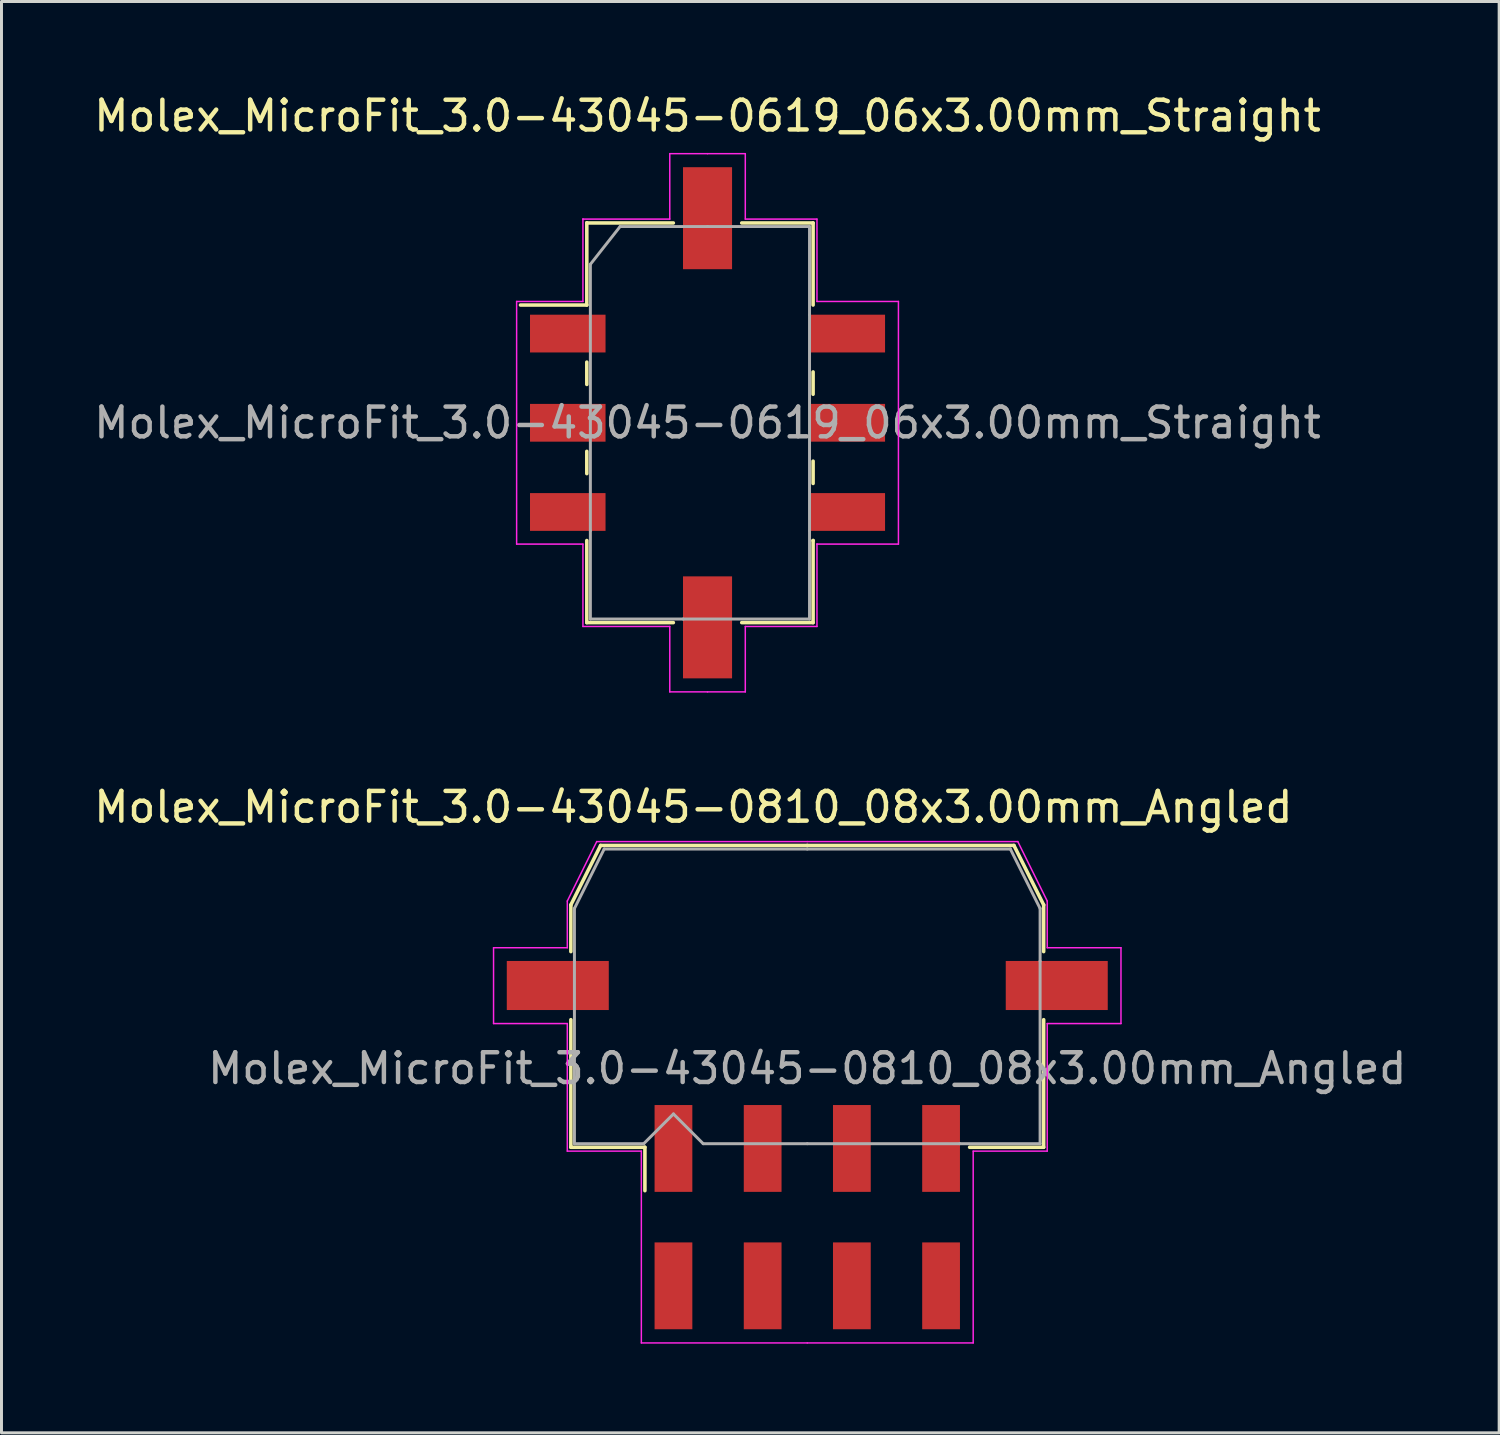
<source format=kicad_pcb>
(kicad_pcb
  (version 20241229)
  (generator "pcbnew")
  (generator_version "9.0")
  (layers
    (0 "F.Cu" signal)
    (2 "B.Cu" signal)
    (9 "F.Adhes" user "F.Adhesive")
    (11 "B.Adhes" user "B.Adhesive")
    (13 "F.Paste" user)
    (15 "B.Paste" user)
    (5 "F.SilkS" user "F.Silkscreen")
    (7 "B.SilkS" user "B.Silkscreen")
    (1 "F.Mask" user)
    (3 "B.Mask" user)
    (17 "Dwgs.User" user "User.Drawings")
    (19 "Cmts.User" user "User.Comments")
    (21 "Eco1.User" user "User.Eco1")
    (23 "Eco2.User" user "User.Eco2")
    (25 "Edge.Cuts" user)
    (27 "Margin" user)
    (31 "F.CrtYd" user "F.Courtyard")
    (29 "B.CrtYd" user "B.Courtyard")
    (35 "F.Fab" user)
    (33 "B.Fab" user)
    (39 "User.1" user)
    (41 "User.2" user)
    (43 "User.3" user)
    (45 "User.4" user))
  (footprint "Molex_MicroFit_3.0-43045-0619_06x3.00mm_Straight"
    (layer "F.Cu")
    (at 20.744 11.168)
    (property "Reference" "Molex_MicroFit_3.0-43045-0619_06x3.00mm_Straight" (at 0 -10.32 0) (layer "F.SilkS") (effects (font (size 1 1) (thickness 0.15))))
    (attr smd)
    (fp_line (start -6.29 -3.96) (end -4.06 -3.96) (stroke (width 0.12) (type solid)) (layer "F.SilkS"))
    (fp_line (start -4.06 -6.72) (end -4.06 -6.72) (stroke (width 0.12) (type solid)) (layer "F.SilkS"))
    (fp_line (start -4.06 -6.72) (end -1.15 -6.72) (stroke (width 0.12) (type solid)) (layer "F.SilkS"))
    (fp_line (start -4.06 -3.96) (end -4.06 -6.72) (stroke (width 0.12) (type solid)) (layer "F.SilkS"))
    (fp_line (start -4.06 -2.04) (end -4.06 -1.29) (stroke (width 0.12) (type solid)) (layer "F.SilkS"))
    (fp_line (start -4.06 0.96) (end -4.06 1.71) (stroke (width 0.12) (type solid)) (layer "F.SilkS"))
    (fp_line (start -4.06 6.72) (end -4.06 3.96) (stroke (width 0.12) (type solid)) (layer "F.SilkS"))
    (fp_line (start -1.15 6.72) (end -4.06 6.72) (stroke (width 0.12) (type solid)) (layer "F.SilkS"))
    (fp_line (start 1.15 -6.72) (end 3.55 -6.72) (stroke (width 0.12) (type solid)) (layer "F.SilkS"))
    (fp_line (start 3.55 -6.72) (end 3.55 -3.96) (stroke (width 0.12) (type solid)) (layer "F.SilkS"))
    (fp_line (start 3.55 -0.96) (end 3.55 -1.71) (stroke (width 0.12) (type solid)) (layer "F.SilkS"))
    (fp_line (start 3.55 2.04) (end 3.55 1.29) (stroke (width 0.12) (type solid)) (layer "F.SilkS"))
    (fp_line (start 3.55 3.96) (end 3.55 3.96) (stroke (width 0.12) (type solid)) (layer "F.SilkS"))
    (fp_line (start 3.55 3.96) (end 3.55 6.72) (stroke (width 0.12) (type solid)) (layer "F.SilkS"))
    (fp_line (start 3.55 6.72) (end 1.15 6.72) (stroke (width 0.12) (type solid)) (layer "F.SilkS"))
    (fp_line (start -6.42 -4.08) (end -4.19 -4.08) (stroke (width 0.05) (type solid)) (layer "F.CrtYd"))
    (fp_line (start -6.42 4.08) (end -6.42 -4.08) (stroke (width 0.05) (type solid)) (layer "F.CrtYd"))
    (fp_line (start -4.19 -6.85) (end -4.19 -6.85) (stroke (width 0.05) (type solid)) (layer "F.CrtYd"))
    (fp_line (start -4.19 -6.85) (end -1.27 -6.85) (stroke (width 0.05) (type solid)) (layer "F.CrtYd"))
    (fp_line (start -4.19 -4.08) (end -4.19 -6.85) (stroke (width 0.05) (type solid)) (layer "F.CrtYd"))
    (fp_line (start -4.19 4.08) (end -6.42 4.08) (stroke (width 0.05) (type solid)) (layer "F.CrtYd"))
    (fp_line (start -4.19 6.85) (end -4.19 4.08) (stroke (width 0.05) (type solid)) (layer "F.CrtYd"))
    (fp_line (start -1.27 -9.05) (end 0 -9.05) (stroke (width 0.05) (type solid)) (layer "F.CrtYd"))
    (fp_line (start -1.27 -6.85) (end -1.27 -9.05) (stroke (width 0.05) (type solid)) (layer "F.CrtYd"))
    (fp_line (start -1.27 6.85) (end -4.19 6.85) (stroke (width 0.05) (type solid)) (layer "F.CrtYd"))
    (fp_line (start -1.27 9.05) (end -1.27 6.85) (stroke (width 0.05) (type solid)) (layer "F.CrtYd"))
    (fp_line (start 0 -9.05) (end 1.27 -9.05) (stroke (width 0.05) (type solid)) (layer "F.CrtYd"))
    (fp_line (start 0 9.05) (end -1.27 9.05) (stroke (width 0.05) (type solid)) (layer "F.CrtYd"))
    (fp_line (start 1.27 -9.05) (end 1.27 -6.85) (stroke (width 0.05) (type solid)) (layer "F.CrtYd"))
    (fp_line (start 1.27 -6.85) (end 3.68 -6.85) (stroke (width 0.05) (type solid)) (layer "F.CrtYd"))
    (fp_line (start 1.27 6.85) (end 1.27 9.05) (stroke (width 0.05) (type solid)) (layer "F.CrtYd"))
    (fp_line (start 1.27 9.05) (end 0 9.05) (stroke (width 0.05) (type solid)) (layer "F.CrtYd"))
    (fp_line (start 3.68 -6.85) (end 3.68 -4.08) (stroke (width 0.05) (type solid)) (layer "F.CrtYd"))
    (fp_line (start 3.68 -4.08) (end 6.42 -4.08) (stroke (width 0.05) (type solid)) (layer "F.CrtYd"))
    (fp_line (start 3.68 4.08) (end 3.68 4.08) (stroke (width 0.05) (type solid)) (layer "F.CrtYd"))
    (fp_line (start 3.68 4.08) (end 3.68 6.85) (stroke (width 0.05) (type solid)) (layer "F.CrtYd"))
    (fp_line (start 3.68 6.85) (end 1.27 6.85) (stroke (width 0.05) (type solid)) (layer "F.CrtYd"))
    (fp_line (start 6.42 -4.08) (end 6.42 4.08) (stroke (width 0.05) (type solid)) (layer "F.CrtYd"))
    (fp_line (start 6.42 4.08) (end 3.68 4.08) (stroke (width 0.05) (type solid)) (layer "F.CrtYd"))
    (fp_line (start -3.94 -5.33) (end -2.94 -6.6) (stroke (width 0.1) (type solid)) (layer "F.Fab"))
    (fp_line (start -3.94 3.63) (end -3.94 -5.33) (stroke (width 0.1) (type solid)) (layer "F.Fab"))
    (fp_line (start -3.94 6.6) (end -3.94 3.63) (stroke (width 0.1) (type solid)) (layer "F.Fab"))
    (fp_line (start -2.94 -6.6) (end 0 -6.6) (stroke (width 0.1) (type solid)) (layer "F.Fab"))
    (fp_line (start -0.82 6.6) (end -3.94 6.6) (stroke (width 0.1) (type solid)) (layer "F.Fab"))
    (fp_line (start 0 -6.6) (end 3.43 -6.6) (stroke (width 0.1) (type solid)) (layer "F.Fab"))
    (fp_line (start 3.43 -6.6) (end 3.43 -3.63) (stroke (width 0.1) (type solid)) (layer "F.Fab"))
    (fp_line (start 3.43 -3.63) (end 3.43 3.63) (stroke (width 0.1) (type solid)) (layer "F.Fab"))
    (fp_line (start 3.43 3.63) (end 3.43 6.6) (stroke (width 0.1) (type solid)) (layer "F.Fab"))
    (fp_line (start 3.43 6.6) (end -0.82 6.6) (stroke (width 0.1) (type solid)) (layer "F.Fab"))
    (fp_text user "${REFERENCE}" (at 0 0 0) (layer "F.Fab") (effects (font (size 1 1) (thickness 0.15))))
    (pad "" smd rect (at 0 -6.88) (size 1.65 3.43) (layers "F.Cu" "F.Mask" "F.Paste"))
    (pad "" smd rect (at 0 6.88) (size 1.65 3.43) (layers "F.Cu" "F.Mask" "F.Paste"))
    (pad "1" smd rect (at -4.7 -3) (size 2.54 1.27) (layers "F.Cu" "F.Mask" "F.Paste"))
    (pad "2" smd rect (at -4.7 0) (size 2.54 1.27) (layers "F.Cu" "F.Mask" "F.Paste"))
    (pad "3" smd rect (at -4.7 3) (size 2.54 1.27) (layers "F.Cu" "F.Mask" "F.Paste"))
    (pad "4" smd rect (at 4.7 3) (size 2.54 1.27) (layers "F.Cu" "F.Mask" "F.Paste"))
    (pad "5" smd rect (at 4.7 0) (size 2.54 1.27) (layers "F.Cu" "F.Mask" "F.Paste"))
    (pad "6" smd rect (at 4.7 -3) (size 2.54 1.27) (layers "F.Cu" "F.Mask" "F.Paste")))
  (footprint "Molex_MicroFit_3.0-43045-0810_08x3.00mm_Angled"
    (layer "F.Cu")
    (at 24.098 37.882)
    (property "Reference" "Molex_MicroFit_3.0-43045-0810_08x3.00mm_Angled" (at -3.83 -13.79 0) (layer "F.SilkS") (effects (font (size 1 1) (thickness 0.15))))
    (attr smd)
    (fp_line (start -7.95 -10.5) (end -7.95 -8.93) (stroke (width 0.12) (type solid)) (layer "F.SilkS"))
    (fp_line (start -7.95 -6.64) (end -7.95 -2.35) (stroke (width 0.12) (type solid)) (layer "F.SilkS"))
    (fp_line (start -7.95 -2.35) (end -5.46 -2.35) (stroke (width 0.12) (type solid)) (layer "F.SilkS"))
    (fp_line (start -6.95 -12.5) (end -7.95 -10.5) (stroke (width 0.12) (type solid)) (layer "F.SilkS"))
    (fp_line (start -5.46 -2.35) (end -5.46 -0.89) (stroke (width 0.12) (type solid)) (layer "F.SilkS"))
    (fp_line (start 0 -12.5) (end -6.95 -12.5) (stroke (width 0.12) (type solid)) (layer "F.SilkS"))
    (fp_line (start 0 -12.5) (end 6.95 -12.5) (stroke (width 0.12) (type solid)) (layer "F.SilkS"))
    (fp_line (start 6.95 -12.5) (end 7.95 -10.5) (stroke (width 0.12) (type solid)) (layer "F.SilkS"))
    (fp_line (start 7.95 -10.5) (end 7.95 -8.93) (stroke (width 0.12) (type solid)) (layer "F.SilkS"))
    (fp_line (start 7.95 -6.64) (end 7.95 -2.35) (stroke (width 0.12) (type solid)) (layer "F.SilkS"))
    (fp_line (start 7.95 -2.35) (end 5.46 -2.35) (stroke (width 0.12) (type solid)) (layer "F.SilkS"))
    (fp_line (start -10.55 -9.06) (end -10.55 -6.51) (stroke (width 0.05) (type solid)) (layer "F.CrtYd"))
    (fp_line (start -10.55 -6.51) (end -8.07 -6.51) (stroke (width 0.05) (type solid)) (layer "F.CrtYd"))
    (fp_line (start -8.07 -10.63) (end -8.07 -9.06) (stroke (width 0.05) (type solid)) (layer "F.CrtYd"))
    (fp_line (start -8.07 -9.06) (end -10.55 -9.06) (stroke (width 0.05) (type solid)) (layer "F.CrtYd"))
    (fp_line (start -8.07 -6.51) (end -8.07 -2.22) (stroke (width 0.05) (type solid)) (layer "F.CrtYd"))
    (fp_line (start -8.07 -2.22) (end -5.58 -2.22) (stroke (width 0.05) (type solid)) (layer "F.CrtYd"))
    (fp_line (start -7.08 -12.63) (end -8.07 -10.63) (stroke (width 0.05) (type solid)) (layer "F.CrtYd"))
    (fp_line (start -5.58 -2.22) (end -5.58 4.23) (stroke (width 0.05) (type solid)) (layer "F.CrtYd"))
    (fp_line (start -5.58 4.23) (end 0 4.23) (stroke (width 0.05) (type solid)) (layer "F.CrtYd"))
    (fp_line (start 0 -12.63) (end -7.08 -12.63) (stroke (width 0.05) (type solid)) (layer "F.CrtYd"))
    (fp_line (start 0 -12.63) (end 7.08 -12.63) (stroke (width 0.05) (type solid)) (layer "F.CrtYd"))
    (fp_line (start 5.58 -2.22) (end 5.58 4.23) (stroke (width 0.05) (type solid)) (layer "F.CrtYd"))
    (fp_line (start 5.58 4.23) (end 0 4.23) (stroke (width 0.05) (type solid)) (layer "F.CrtYd"))
    (fp_line (start 7.08 -12.63) (end 8.07 -10.63) (stroke (width 0.05) (type solid)) (layer "F.CrtYd"))
    (fp_line (start 8.07 -10.63) (end 8.07 -9.06) (stroke (width 0.05) (type solid)) (layer "F.CrtYd"))
    (fp_line (start 8.07 -9.06) (end 10.55 -9.06) (stroke (width 0.05) (type solid)) (layer "F.CrtYd"))
    (fp_line (start 8.07 -6.51) (end 8.07 -2.22) (stroke (width 0.05) (type solid)) (layer "F.CrtYd"))
    (fp_line (start 8.07 -2.22) (end 5.58 -2.22) (stroke (width 0.05) (type solid)) (layer "F.CrtYd"))
    (fp_line (start 10.55 -9.06) (end 10.55 -6.51) (stroke (width 0.05) (type solid)) (layer "F.CrtYd"))
    (fp_line (start 10.55 -6.51) (end 8.07 -6.51) (stroke (width 0.05) (type solid)) (layer "F.CrtYd"))
    (fp_line (start -7.83 -10.38) (end -7.83 -8.61) (stroke (width 0.1) (type solid)) (layer "F.Fab"))
    (fp_line (start -7.83 -8.61) (end -7.83 -2.47) (stroke (width 0.1) (type solid)) (layer "F.Fab"))
    (fp_line (start -7.83 -2.47) (end -5.5 -2.47) (stroke (width 0.1) (type solid)) (layer "F.Fab"))
    (fp_line (start -6.83 -12.38) (end -7.83 -10.38) (stroke (width 0.1) (type solid)) (layer "F.Fab"))
    (fp_line (start -5.5 -2.47) (end -4.5 -3.47) (stroke (width 0.1) (type solid)) (layer "F.Fab"))
    (fp_line (start -4.5 -3.47) (end -3.5 -2.47) (stroke (width 0.1) (type solid)) (layer "F.Fab"))
    (fp_line (start -3.5 -2.47) (end 0 -2.47) (stroke (width 0.1) (type solid)) (layer "F.Fab"))
    (fp_line (start 0 -12.38) (end -6.83 -12.38) (stroke (width 0.1) (type solid)) (layer "F.Fab"))
    (fp_line (start 0 -12.38) (end 6.83 -12.38) (stroke (width 0.1) (type solid)) (layer "F.Fab"))
    (fp_line (start 5.13 -2.47) (end 0 -2.47) (stroke (width 0.1) (type solid)) (layer "F.Fab"))
    (fp_line (start 6.83 -12.38) (end 7.83 -10.38) (stroke (width 0.1) (type solid)) (layer "F.Fab"))
    (fp_line (start 7.83 -10.38) (end 7.83 -8.61) (stroke (width 0.1) (type solid)) (layer "F.Fab"))
    (fp_line (start 7.83 -8.61) (end 7.83 -2.47) (stroke (width 0.1) (type solid)) (layer "F.Fab"))
    (fp_line (start 7.83 -2.47) (end 5.13 -2.47) (stroke (width 0.1) (type solid)) (layer "F.Fab"))
    (fp_text user "${REFERENCE}" (at 0 -5 0) (layer "F.Fab") (effects (font (size 1 1) (thickness 0.15))))
    (pad "" smd rect (at -8.39 -7.79) (size 3.43 1.65) (layers "F.Cu" "F.Mask" "F.Paste"))
    (pad "" smd rect (at 8.39 -7.79) (size 3.43 1.65) (layers "F.Cu" "F.Mask" "F.Paste"))
    (pad "1" smd rect (at -4.5 -2.31) (size 1.27 2.92) (layers "F.Cu" "F.Mask" "F.Paste"))
    (pad "2" smd rect (at -1.5 -2.31) (size 1.27 2.92) (layers "F.Cu" "F.Mask" "F.Paste"))
    (pad "3" smd rect (at 1.5 -2.31) (size 1.27 2.92) (layers "F.Cu" "F.Mask" "F.Paste"))
    (pad "4" smd rect (at 4.5 -2.31) (size 1.27 2.92) (layers "F.Cu" "F.Mask" "F.Paste"))
    (pad "5" smd rect (at 4.5 2.31) (size 1.27 2.92) (layers "F.Cu" "F.Mask" "F.Paste"))
    (pad "6" smd rect (at 1.5 2.31) (size 1.27 2.92) (layers "F.Cu" "F.Mask" "F.Paste"))
    (pad "7" smd rect (at -1.5 2.31) (size 1.27 2.92) (layers "F.Cu" "F.Mask" "F.Paste"))
    (pad "8" smd rect (at -4.5 2.31) (size 1.27 2.92) (layers "F.Cu" "F.Mask" "F.Paste")))
  (gr_rect
    (start -3 -3)
    (end 47.366 45.136)
    (stroke (width 0.1) (type default))
    (fill no)
    (layer "Edge.Cuts")))
</source>
